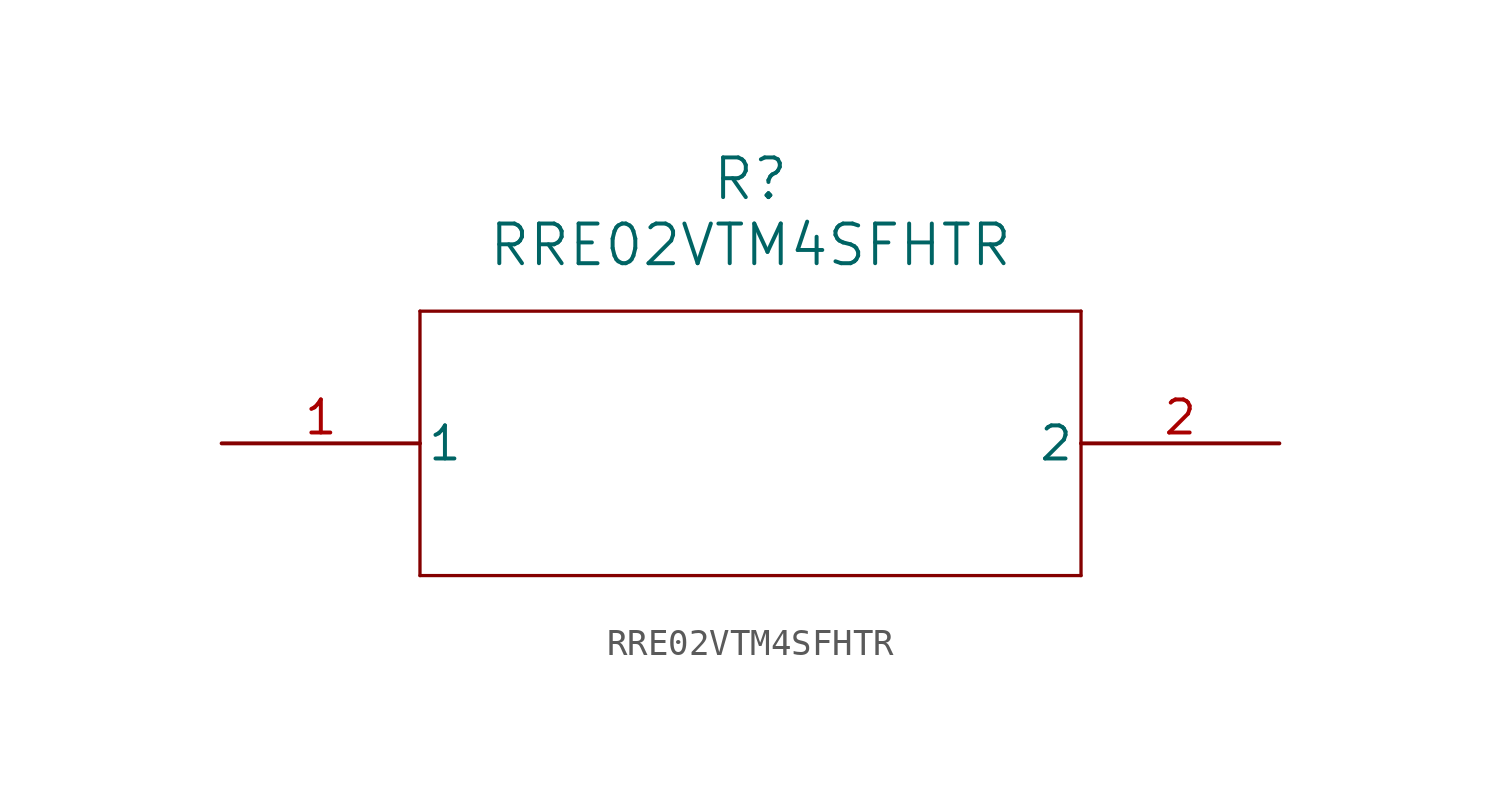
<source format=kicad_sym>
(kicad_symbol_lib
  (version 20211014)
  (generator kicad_symbol_editor)
  (symbol "RRE02VTM4SFHTR"
    (pin_names
      (offset 0.254))
    (property "Reference" "R"
      (at 20.32 10.16 0)
      (effects (font (size 1.524 1.524))))
    (property "Value" "RRE02VTM4SFHTR"
      (at 20.32 7.62 0)
      (effects (font (size 1.524 1.524))))
    (symbol "RRE02VTM4SFHTR_0_1"
      (polyline (pts (xy 7.62 5.08) (xy 7.62 -5.08)) (stroke (width 0.127) (type default) (color 0 0 0 0)) (fill (type none)))
      (polyline (pts (xy 7.62 -5.08) (xy 33.02 -5.08)) (stroke (width 0.127) (type default) (color 0 0 0 0)) (fill (type none)))
      (polyline (pts (xy 33.02 -5.08) (xy 33.02 5.08)) (stroke (width 0.127) (type default) (color 0 0 0 0)) (fill (type none)))
      (polyline (pts (xy 33.02 5.08) (xy 7.62 5.08)) (stroke (width 0.127) (type default) (color 0 0 0 0)) (fill (type none)))
      (pin unspecified line (at 0 0 0) (length 7.62) (name "1" (effects (font (size 1.27 1.27)))) (number "1" (effects (font (size 1.27 1.27)))))
      (pin unspecified line (at 40.64 0 180) (length 7.62) (name "2" (effects (font (size 1.27 1.27)))) (number "2" (effects (font (size 1.27 1.27))))))))
</source>
